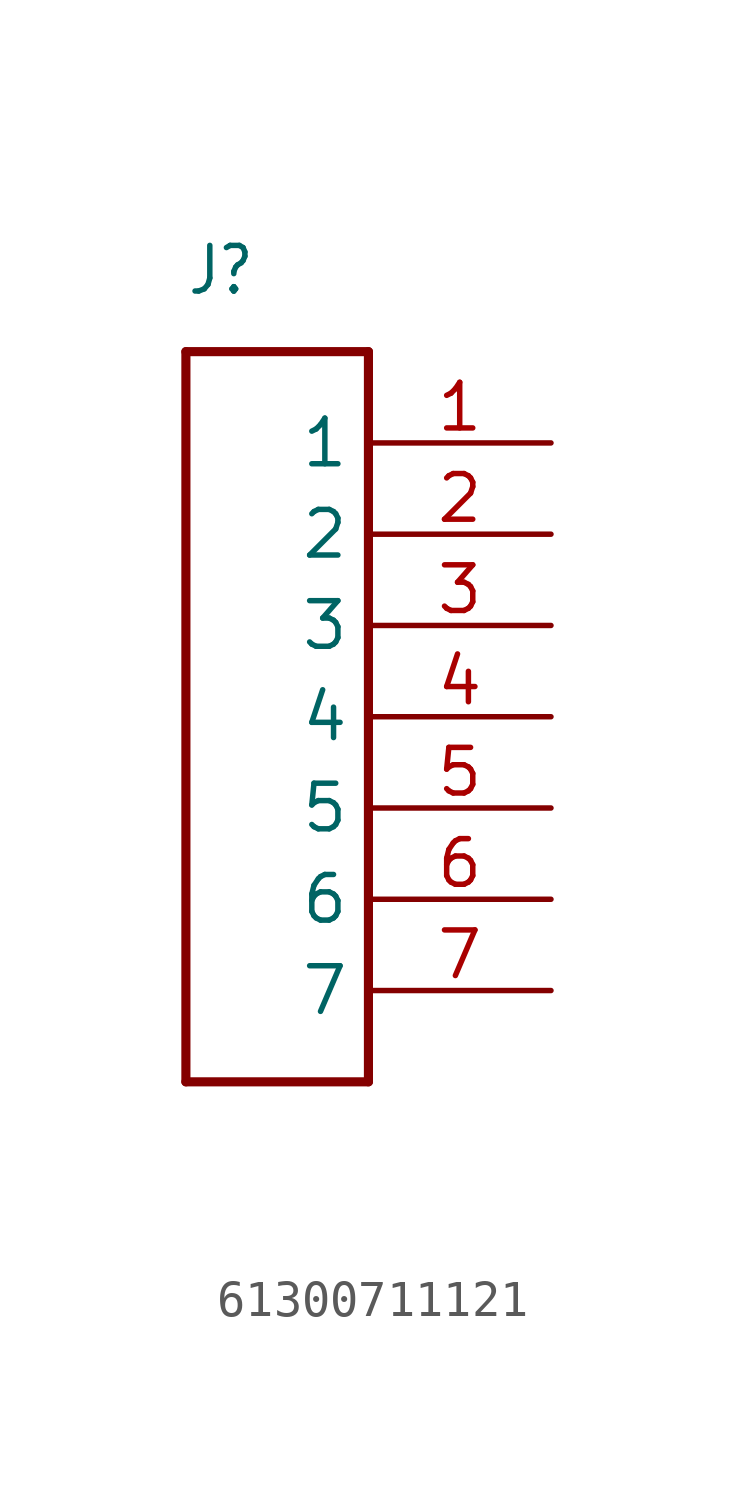
<source format=kicad_sym>
(kicad_symbol_lib
  (version 20231120)
  (generator "kicad_symbol_editor")
  (generator_version "8.99")
  (symbol "61300711121"
    (property "Reference" "J"
      (at -2.54 11.684 0)
      (effects (font (size 1.27 1.079)) (justify left bottom)))
    (property "Value" ""
      (at -2.54 -12.7 0)
      (effects (font (size 1.27 1.079)) (justify left bottom)))
    (property "ki_locked" ""
      (at 0 0 0)
      (effects (font (size 1.27 1.27))))
    (symbol "61300711121_1_0"
      (polyline (pts (xy -2.54 -10.16) (xy -2.54 10.16)) (stroke (width 0.254) (type solid)) (fill (type none)))
      (polyline (pts (xy -2.54 10.16) (xy 2.54 10.16)) (stroke (width 0.254) (type solid)) (fill (type none)))
      (polyline (pts (xy 2.54 -10.16) (xy -2.54 -10.16)) (stroke (width 0.254) (type solid)) (fill (type none)))
      (polyline (pts (xy 2.54 10.16) (xy 2.54 -10.16)) (stroke (width 0.254) (type solid)) (fill (type none)))
      (pin passive line (at 7.62 7.62 180) (length 5.08) (name "1" (effects (font (size 1.27 1.27)))) (number "1" (effects (font (size 1.27 1.27)))))
      (pin passive line (at 7.62 5.08 180) (length 5.08) (name "2" (effects (font (size 1.27 1.27)))) (number "2" (effects (font (size 1.27 1.27)))))
      (pin passive line (at 7.62 2.54 180) (length 5.08) (name "3" (effects (font (size 1.27 1.27)))) (number "3" (effects (font (size 1.27 1.27)))))
      (pin passive line (at 7.62 0 180) (length 5.08) (name "4" (effects (font (size 1.27 1.27)))) (number "4" (effects (font (size 1.27 1.27)))))
      (pin passive line (at 7.62 -2.54 180) (length 5.08) (name "5" (effects (font (size 1.27 1.27)))) (number "5" (effects (font (size 1.27 1.27)))))
      (pin passive line (at 7.62 -5.08 180) (length 5.08) (name "6" (effects (font (size 1.27 1.27)))) (number "6" (effects (font (size 1.27 1.27)))))
      (pin passive line (at 7.62 -7.62 180) (length 5.08) (name "7" (effects (font (size 1.27 1.27)))) (number "7" (effects (font (size 1.27 1.27))))))))
</source>
